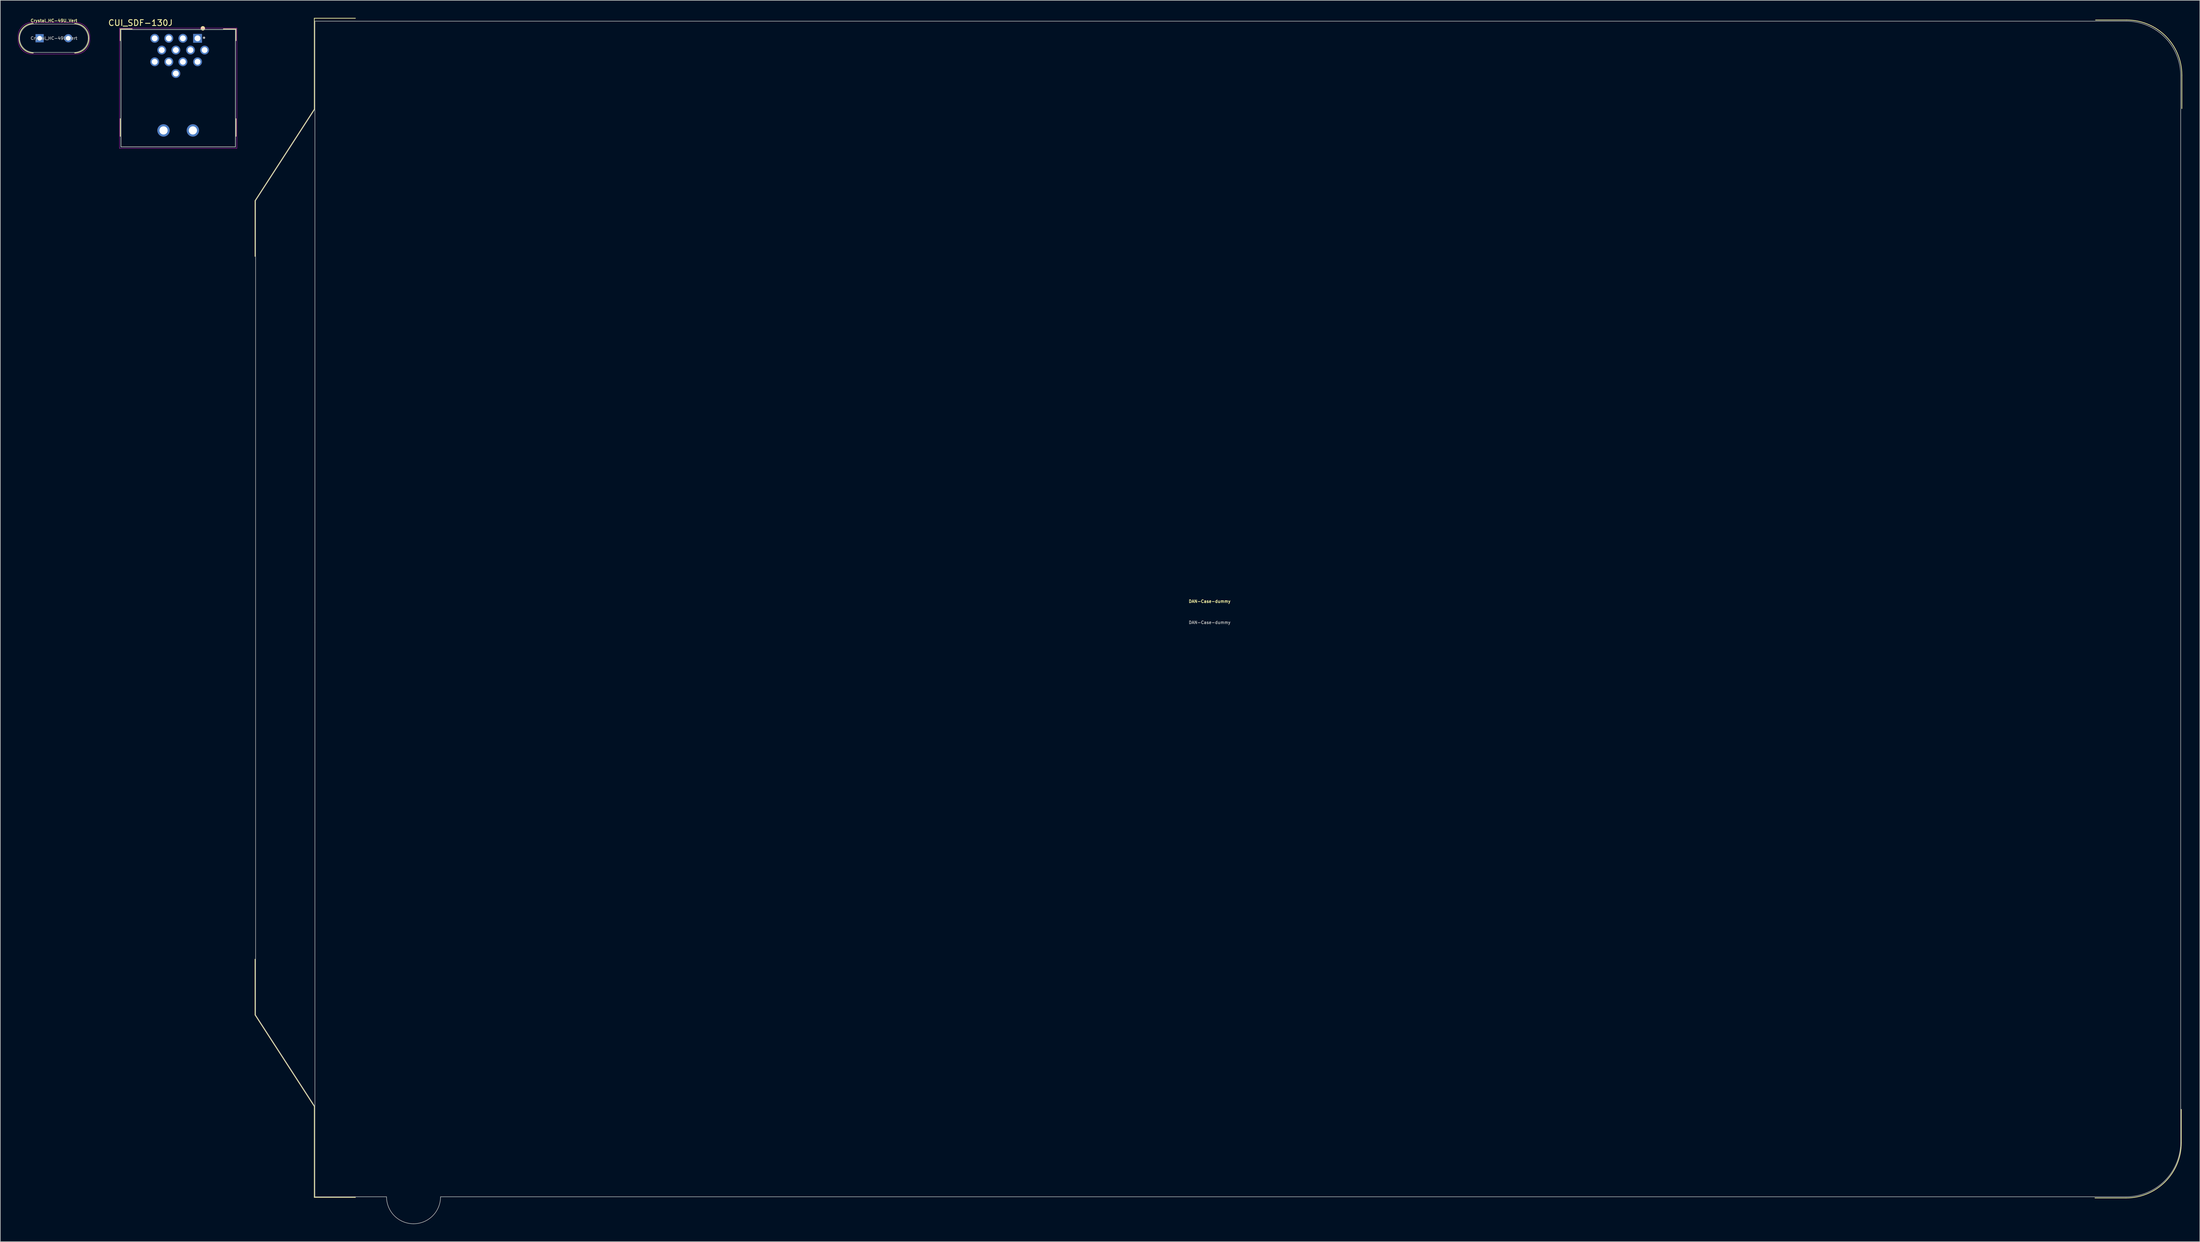
<source format=kicad_pcb>
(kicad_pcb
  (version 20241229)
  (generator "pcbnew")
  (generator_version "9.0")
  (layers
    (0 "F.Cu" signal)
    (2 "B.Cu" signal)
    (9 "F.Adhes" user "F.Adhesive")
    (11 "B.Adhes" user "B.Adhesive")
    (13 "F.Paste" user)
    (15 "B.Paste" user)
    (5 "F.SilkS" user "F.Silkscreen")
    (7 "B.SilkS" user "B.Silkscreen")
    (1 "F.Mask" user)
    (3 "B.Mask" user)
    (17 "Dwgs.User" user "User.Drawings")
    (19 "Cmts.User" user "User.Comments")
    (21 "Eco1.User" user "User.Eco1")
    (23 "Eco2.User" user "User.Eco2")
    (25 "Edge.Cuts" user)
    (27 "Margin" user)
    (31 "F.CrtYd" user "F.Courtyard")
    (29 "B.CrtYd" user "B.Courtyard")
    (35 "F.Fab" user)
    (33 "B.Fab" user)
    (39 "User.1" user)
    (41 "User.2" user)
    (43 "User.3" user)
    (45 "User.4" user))
  (footprint "CUI_SDF-130J"
    (layer "F.Cu")
    (at 27.302 19.183)
    (property "Reference" "CUI_SDF-130J" (at -6.425 -18.335 0) (layer "F.SilkS") (effects (font (size 1 1) (thickness 0.15))))
    (attr through_hole)
    (fp_line (start -9.85 -15.3) (end -9.85 -17.3) (stroke (width 0.127) (type solid)) (layer "F.SilkS"))
    (fp_line (start -9.85 1) (end -9.85 -2) (stroke (width 0.127) (type solid)) (layer "F.SilkS"))
    (fp_line (start -7.85 -17.3) (end -9.85 -17.3) (stroke (width 0.127) (type solid)) (layer "F.SilkS"))
    (fp_line (start 7.7 -17.3) (end 9.85 -17.3) (stroke (width 0.127) (type solid)) (layer "F.SilkS"))
    (fp_line (start 9.85 -15.3) (end 9.85 -17.3) (stroke (width 0.127) (type solid)) (layer "F.SilkS"))
    (fp_line (start 9.85 1) (end 9.85 -2) (stroke (width 0.127) (type solid)) (layer "F.SilkS"))
    (fp_circle (center 4.2 -17.4) (end 4.5 -17.4) (stroke (width 0.15) (type solid)) (fill yes) (layer "F.SilkS"))
    (fp_line (start -10 -17.45) (end -10 3.05) (stroke (width 0.05) (type solid)) (layer "F.CrtYd"))
    (fp_line (start -10 3.05) (end 10 3.05) (stroke (width 0.05) (type solid)) (layer "F.CrtYd"))
    (fp_line (start 10 -17.45) (end -10 -17.45) (stroke (width 0.05) (type solid)) (layer "F.CrtYd"))
    (fp_line (start 10 3.05) (end 10 -17.45) (stroke (width 0.05) (type solid)) (layer "F.CrtYd"))
    (fp_line (start -9.75 -17.2) (end 9.75 -17.2) (stroke (width 0.127) (type solid)) (layer "F.Fab"))
    (fp_line (start -9.75 2.8) (end -9.75 -17.2) (stroke (width 0.127) (type solid)) (layer "F.Fab"))
    (fp_line (start 9.75 -17.2) (end 9.75 2.8) (stroke (width 0.127) (type solid)) (layer "F.Fab"))
    (fp_line (start 9.75 2.8) (end -9.75 2.8) (stroke (width 0.127) (type solid)) (layer "F.Fab"))
    (fp_circle (center 4.4 -15.8) (end 4.5 -15.8) (stroke (width 0.2) (type solid)) (fill no) (layer "F.Fab"))
    (pad "1" thru_hole rect (at 3.3 -15.7) (size 1.508 1.508) (drill 1) (layers "*.Cu" "*.Mask"))
    (pad "2" thru_hole circle (at 0.8 -15.7) (size 1.508 1.508) (drill 1) (layers "*.Cu" "*.Mask"))
    (pad "3" thru_hole circle (at -1.6 -15.7) (size 1.508 1.508) (drill 1) (layers "*.Cu" "*.Mask"))
    (pad "4" thru_hole circle (at -4 -15.7) (size 1.508 1.508) (drill 1) (layers "*.Cu" "*.Mask"))
    (pad "5" thru_hole circle (at 4.5 -13.7) (size 1.508 1.508) (drill 1) (layers "*.Cu" "*.Mask"))
    (pad "6" thru_hole circle (at 2.1 -13.7) (size 1.508 1.508) (drill 1) (layers "*.Cu" "*.Mask"))
    (pad "7" thru_hole circle (at -0.4 -13.7) (size 1.508 1.508) (drill 1) (layers "*.Cu" "*.Mask"))
    (pad "8" thru_hole circle (at -2.8 -13.7) (size 1.508 1.508) (drill 1) (layers "*.Cu" "*.Mask"))
    (pad "9" thru_hole circle (at 3.3 -11.7) (size 1.508 1.508) (drill 1) (layers "*.Cu" "*.Mask"))
    (pad "10" thru_hole circle (at 0.8 -11.7) (size 1.508 1.508) (drill 1) (layers "*.Cu" "*.Mask"))
    (pad "11" thru_hole circle (at -1.6 -11.7) (size 1.508 1.508) (drill 1) (layers "*.Cu" "*.Mask"))
    (pad "12" thru_hole circle (at -4 -11.7) (size 1.508 1.508) (drill 1) (layers "*.Cu" "*.Mask"))
    (pad "13" thru_hole circle (at -0.4 -9.7) (size 1.508 1.508) (drill 1) (layers "*.Cu" "*.Mask"))
    (pad "E1" thru_hole circle (at -2.5 0) (size 2.1 2.1) (drill 1.4) (layers "*.Cu" "*.Mask"))
    (pad "E2" thru_hole circle (at 2.5 0) (size 2.1 2.1) (drill 1.4) (layers "*.Cu" "*.Mask")))
  (footprint "Crystal_HC-49U_Vert"
    (layer "F.Cu")
    (at 3.697 3.468)
    (property "Reference" "Crystal_HC-49U_Vert" (at 2.441 -3 180) (layer "F.SilkS") (effects (font (size 0.5 0.5) (thickness 0.1))))
    (attr through_hole)
    (fp_arc (start -3.50106 0) (mid -2.83077 -1.771984) (end -1.08806 -2.515071) (stroke (width 0.12) (type solid)) (layer "F.SilkS"))
    (fp_arc (start -1.08806 2.515071) (mid -2.83077 1.771984) (end -3.50106 0) (stroke (width 0.12) (type solid)) (layer "F.SilkS"))
    (fp_arc (start 5.97794 -2.515071) (mid 7.72065 -1.771984) (end 8.39094 0) (stroke (width 0.12) (type solid)) (layer "F.SilkS"))
    (fp_arc (start 8.39094 0) (mid 7.72065 1.771984) (end 5.97794 2.515071) (stroke (width 0.12) (type solid)) (layer "F.SilkS"))
    (fp_line (start -3.672 -0.4) (end -3.672 0.4) (stroke (width 0.05) (type solid)) (layer "F.CrtYd"))
    (fp_line (start -1.159 -2.7) (end 2.441 -2.7) (stroke (width 0.05) (type solid)) (layer "F.CrtYd"))
    (fp_line (start -1.159 2.7) (end 2.441 2.7) (stroke (width 0.05) (type solid)) (layer "F.CrtYd"))
    (fp_line (start 6.041 -2.7) (end 2.441 -2.7) (stroke (width 0.05) (type solid)) (layer "F.CrtYd"))
    (fp_line (start 6.041 2.7) (end 2.441 2.7) (stroke (width 0.05) (type solid)) (layer "F.CrtYd"))
    (fp_line (start 8.554 -0.4) (end 8.554 0.4) (stroke (width 0.05) (type solid)) (layer "F.CrtYd"))
    (fp_arc (start -3.67206 -0.4) (mid -2.890202 -2.068773) (end -1.159036 -2.700573) (stroke (width 0.05) (type solid)) (layer "F.CrtYd"))
    (fp_arc (start -1.159036 2.700573) (mid -2.890202 2.068773) (end -3.67206 0.4) (stroke (width 0.05) (type solid)) (layer "F.CrtYd"))
    (fp_arc (start 6.040916 -2.700573) (mid 7.772082 -2.068773) (end 8.55394 -0.4) (stroke (width 0.05) (type solid)) (layer "F.CrtYd"))
    (fp_arc (start 8.55394 0.4) (mid 7.772082 2.068773) (end 6.040916 2.700573) (stroke (width 0.05) (type solid)) (layer "F.CrtYd"))
    (fp_line (start -0.988 2.413) (end 5.87 2.413) (stroke (width 0.1) (type solid)) (layer "F.Fab"))
    (fp_line (start 5.87 -2.413) (end -0.988 -2.413) (stroke (width 0.1) (type solid)) (layer "F.Fab"))
    (fp_arc (start -3.40106 0) (mid -2.694309 -1.706249) (end -0.98806 -2.413) (stroke (width 0.1) (type solid)) (layer "F.Fab"))
    (fp_arc (start -0.98806 2.413) (mid -2.694309 1.706249) (end -3.40106 0) (stroke (width 0.1) (type solid)) (layer "F.Fab"))
    (fp_arc (start 5.86994 -2.413) (mid 7.576189 -1.706249) (end 8.28294 0) (stroke (width 0.1) (type solid)) (layer "F.Fab"))
    (fp_arc (start 8.28294 0) (mid 7.576189 1.706249) (end 5.86994 2.413) (stroke (width 0.1) (type solid)) (layer "F.Fab"))
    (fp_text user "${REFERENCE}" (at 2.441 0 0) (layer "F.Fab") (effects (font (size 0.5 0.5) (thickness 0.1))))
    (pad "1" thru_hole rect (at 0 0) (size 1.4 1.4) (drill 0.8) (layers "*.Cu" "*.Mask"))
    (pad "2" thru_hole circle (at 4.882 0) (size 1.4 1.4) (drill 0.8) (layers "*.Cu" "*.Mask")))
  (footprint "DAN-Case-dummy"
    (layer "F.Cu")
    (at 202.987 103.06)
    (property "Reference" "DAN-Case-dummy" (at 0 -3.6 0) (layer "F.SilkS") (effects (font (size 0.5 0.5) (thickness 0.1))))
    (attr exclude_from_pos_files exclude_from_bom)
    (fp_line (start -162.6 -71.9) (end -162.6 -62.4) (stroke (width 0.12) (type solid)) (layer "F.SilkS"))
    (fp_line (start -162.6 66.9) (end -162.6 57.4) (stroke (width 0.12) (type solid)) (layer "F.SilkS"))
    (fp_line (start -162.6 66.9) (end -152.5 82.5) (stroke (width 0.12) (type solid)) (layer "F.SilkS"))
    (fp_line (start -152.5 -103) (end -152.5 -87.5) (stroke (width 0.12) (type solid)) (layer "F.SilkS"))
    (fp_line (start -152.5 -87.5) (end -162.6 -71.9) (stroke (width 0.12) (type solid)) (layer "F.SilkS"))
    (fp_line (start -152.5 82.5) (end -152.5 98) (stroke (width 0.12) (type solid)) (layer "F.SilkS"))
    (fp_line (start -145.5 -103) (end -152.5 -103) (stroke (width 0.12) (type solid)) (layer "F.SilkS"))
    (fp_line (start -145.5 98) (end -152.5 98) (stroke (width 0.12) (type solid)) (layer "F.SilkS"))
    (fp_line (start 156.1 98.1) (end 150.8 98.1) (stroke (width 0.12) (type solid)) (layer "F.SilkS"))
    (fp_line (start 156.2 -102.7) (end 150.9 -102.7) (stroke (width 0.12) (type solid)) (layer "F.SilkS"))
    (fp_line (start 165.5 88.7) (end 165.5 83) (stroke (width 0.12) (type solid)) (layer "F.SilkS"))
    (fp_line (start 165.6 -93.3) (end 165.6 -87.6) (stroke (width 0.12) (type solid)) (layer "F.SilkS"))
    (fp_arc (start 156.2 -102.7) (mid 162.846804 -99.946804) (end 165.6 -93.3) (stroke (width 0.12) (type solid)) (layer "F.SilkS"))
    (fp_arc (start 165.5 88.7) (mid 162.746804 95.346804) (end 156.1 98.1) (stroke (width 0.12) (type solid)) (layer "F.SilkS"))
    (fp_line (start -162.5 -71.9) (end -162.5 66.9) (stroke (width 0.1) (type solid)) (layer "F.Fab"))
    (fp_line (start -162.5 -71.9) (end -152.4 -87.5) (stroke (width 0.1) (type solid)) (layer "F.Fab"))
    (fp_line (start -162.5 66.9) (end -152.4 82.5) (stroke (width 0.1) (type solid)) (layer "F.Fab"))
    (fp_line (start -152.4 -102.5) (end 156.1 -102.5) (stroke (width 0.1) (type solid)) (layer "F.Fab"))
    (fp_line (start -152.4 -88.075) (end -152.4 -102.5) (stroke (width 0.1) (type solid)) (layer "F.Fab"))
    (fp_line (start -152.4 0) (end -152.4 -88.075) (stroke (width 0.1) (type solid)) (layer "F.Fab"))
    (fp_line (start -152.4 0) (end -152.4 88.075) (stroke (width 0.1) (type solid)) (layer "F.Fab"))
    (fp_line (start -152.4 88.075) (end -152.4 97.9) (stroke (width 0.1) (type solid)) (layer "F.Fab"))
    (fp_line (start -152.4 97.9) (end -140.2 97.9) (stroke (width 0.1) (type solid)) (layer "F.Fab"))
    (fp_line (start 156.1 97.9) (end -131 97.9) (stroke (width 0.1) (type solid)) (layer "F.Fab"))
    (fp_line (start 165.4 88.5) (end 165.4 -93.1) (stroke (width 0.1) (type solid)) (layer "F.Fab"))
    (fp_arc (start -135.6 102.5) (mid -138.852691 101.152691) (end -140.2 97.9) (stroke (width 0.1) (type solid)) (layer "F.Fab"))
    (fp_arc (start -131 97.9) (mid -132.347309 101.152691) (end -135.6 102.5) (stroke (width 0.1) (type solid)) (layer "F.Fab"))
    (fp_arc (start 156.1 -102.5) (mid 162.711543 -99.740675) (end 165.4 -93.1) (stroke (width 0.1) (type solid)) (layer "F.Fab"))
    (fp_arc (start 165.4 88.5) (mid 162.711543 95.140675) (end 156.1 97.9) (stroke (width 0.1) (type solid)) (layer "F.Fab"))
    (fp_text user "Back of case" (at -151.5 0 90) (unlocked yes) (layer "Eco1.User") (effects (font (size 1 1) (thickness 0.15))))
    (fp_text user "Front of Case" (at 162.4 0 90) (unlocked yes) (layer "Eco2.User") (effects (font (size 1 1) (thickness 0.15))))
    (fp_text user "${REFERENCE}" (at 0 0 0) (layer "F.Fab") (effects (font (size 0.5 0.5) (thickness 0.1)))))
  (gr_rect
    (start -3 -3)
    (end 371.647 208.61)
    (stroke (width 0.1) (type default))
    (fill no)
    (layer "Edge.Cuts")))
</source>
